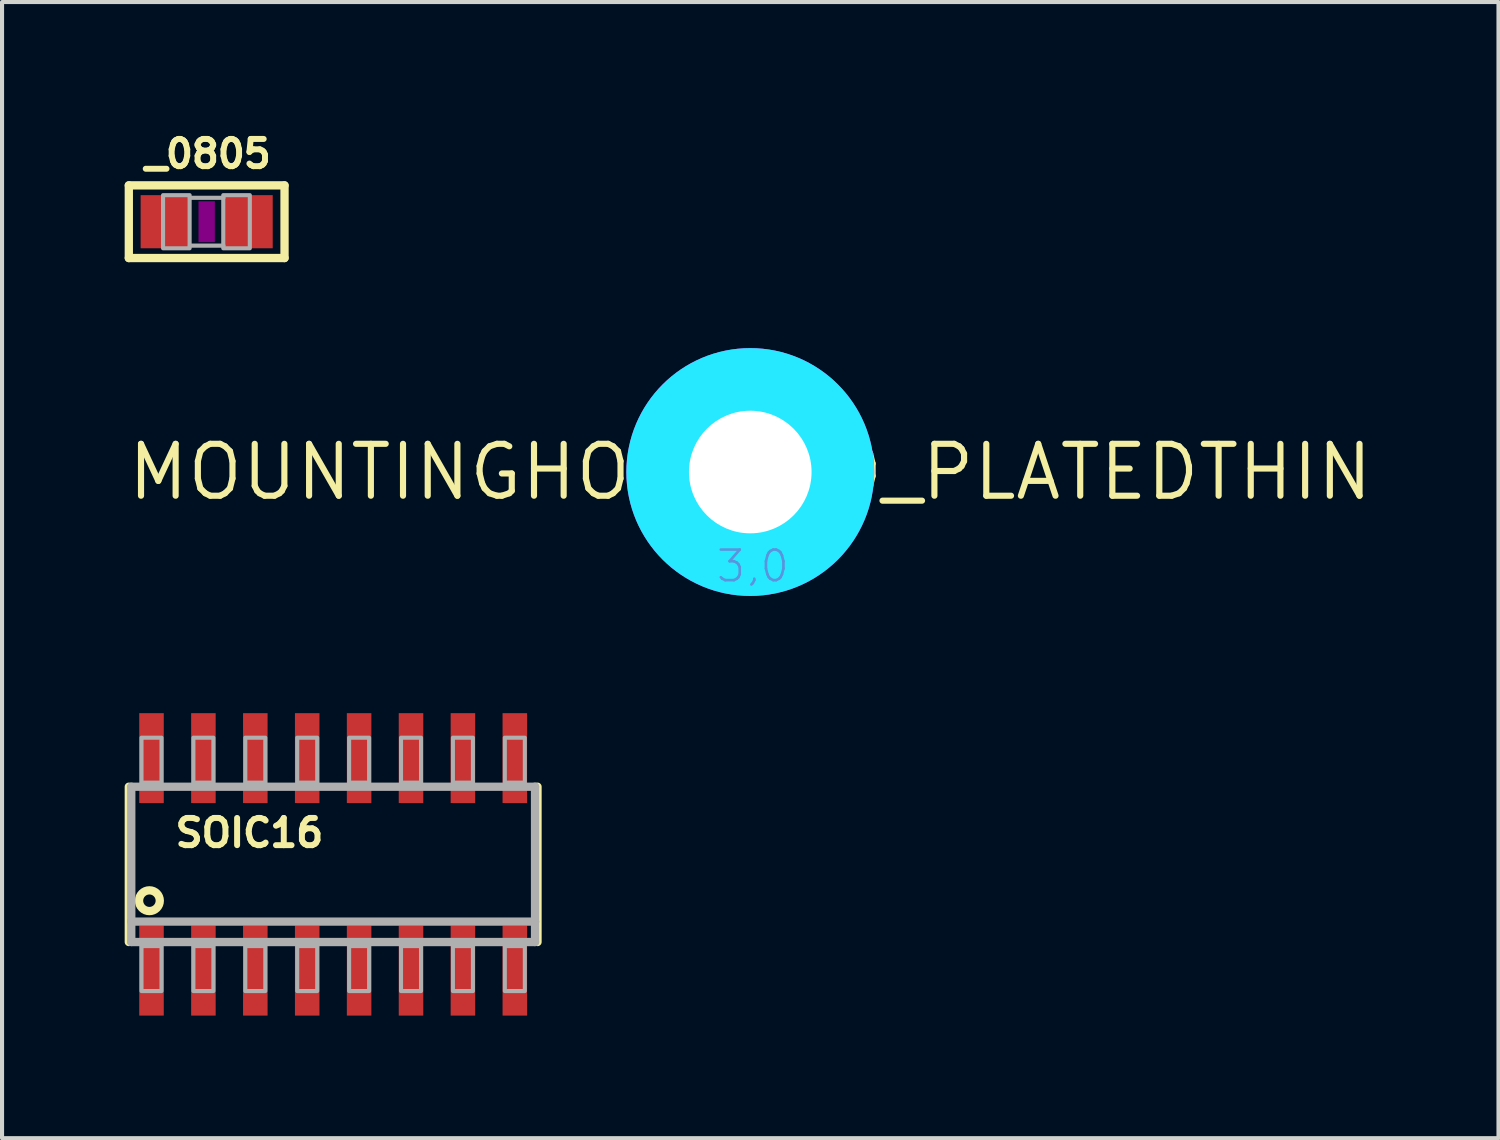
<source format=kicad_pcb>
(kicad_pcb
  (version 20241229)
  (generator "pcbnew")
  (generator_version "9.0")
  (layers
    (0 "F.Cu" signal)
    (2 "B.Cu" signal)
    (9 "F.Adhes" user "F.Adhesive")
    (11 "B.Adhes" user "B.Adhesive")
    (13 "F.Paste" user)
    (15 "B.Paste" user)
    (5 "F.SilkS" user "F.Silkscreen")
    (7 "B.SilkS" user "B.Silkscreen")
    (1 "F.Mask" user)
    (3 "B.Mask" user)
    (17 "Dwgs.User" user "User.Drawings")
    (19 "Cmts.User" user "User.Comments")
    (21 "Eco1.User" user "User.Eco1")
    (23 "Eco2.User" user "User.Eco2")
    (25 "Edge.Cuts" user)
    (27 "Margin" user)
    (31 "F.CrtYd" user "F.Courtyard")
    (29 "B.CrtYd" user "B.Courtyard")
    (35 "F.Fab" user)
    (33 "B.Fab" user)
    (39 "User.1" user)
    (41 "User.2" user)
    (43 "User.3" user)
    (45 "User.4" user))
  (footprint "MOUNTINGHOLE_3.0_PLATEDTHIN"
    (layer "F.Cu")
    (at 15.308 8.5)
    (property "Reference" "MOUNTINGHOLE_3.0_PLATEDTHIN" (at 0 0 0) (layer "F.SilkS") (effects (font (size 1.27 1.27) (thickness 0.15))))
    (fp_circle (center 0 0) (end 2.032 0) (stroke (width 0.203) (type solid)) (fill no) (layer "F.SilkS"))
    (fp_circle (center 0 0) (end 1 0) (stroke (width 2.032) (type solid)) (fill no) (layer "B.CrtYd"))
    (fp_circle (center 0 0) (end 1 0) (stroke (width 2.032) (type solid)) (fill no) (layer "F.CrtYd"))
    (fp_text user "3,0" (at -0.87 2.74 0) (layer "Cmts.User") (effects (font (size 0.748 0.748) (thickness 0.065)) (justify left bottom)))
    (pad "P$1" thru_hole circle (at 0 0) (size 3.6 3.6) (drill 3) (layers "*.Cu" "*.Mask"))
    (zone (net_name "") (layer "F.Cu") (hatch edge 0.5) (connect_pads) (min_thickness 0.25) (filled_areas_thickness no) (keepout (tracks not_allowed) (vias not_allowed) (pads not_allowed) (copperpour not_allowed) (footprints allowed)) (placement (enabled no)) (fill) (polygon (pts (xy 17.324 8.5) (xy 17.304 8.219) (xy 17.246 7.944) (xy 17.149 7.68) (xy 17.017 7.431) (xy 16.852 7.204) (xy 16.657 7.001) (xy 16.435 6.828) (xy 16.192 6.688) (xy 15.931 6.582) (xy 15.658 6.514) (xy 15.378 6.485) (xy 15.097 6.495) (xy 14.82 6.543) (xy 14.553 6.63) (xy 14.3 6.754) (xy 14.067 6.911) (xy 13.858 7.099) (xy 13.677 7.315) (xy 13.528 7.553) (xy 13.413 7.81) (xy 13.336 8.08) (xy 13.297 8.359) (xy 13.297 8.64) (xy 13.336 8.919) (xy 13.413 9.189) (xy 13.528 9.446) (xy 13.677 9.685) (xy 13.858 9.9) (xy 14.067 10.088) (xy 14.3 10.246) (xy 14.553 10.369) (xy 14.82 10.456) (xy 15.097 10.505) (xy 15.378 10.514) (xy 15.658 10.485) (xy 15.931 10.417) (xy 16.192 10.312) (xy 16.435 10.171) (xy 16.657 9.998) (xy 16.852 9.795) (xy 17.017 9.568) (xy 17.149 9.32) (xy 17.246 9.055) (xy 17.304 8.78))) (polygon (pts (xy 15.292 8.5) (xy 15.296 8.511) (xy 15.308 8.516) (xy 15.319 8.511) (xy 15.324 8.5) (xy 15.319 8.488) (xy 15.308 8.484) (xy 15.296 8.488))))
    (zone (net_name "") (layers "F.Cu" "B.Cu") (hatch edge 0.5) (connect_pads) (min_thickness 0.25) (filled_areas_thickness no) (keepout (tracks allowed) (vias not_allowed) (pads allowed) (copperpour allowed) (footprints allowed)) (placement (enabled no)) (fill) (polygon (pts (xy 17.324 8.5) (xy 17.304 8.219) (xy 17.246 7.944) (xy 17.149 7.68) (xy 17.017 7.431) (xy 16.852 7.204) (xy 16.657 7.001) (xy 16.435 6.828) (xy 16.192 6.688) (xy 15.931 6.582) (xy 15.658 6.514) (xy 15.378 6.485) (xy 15.097 6.495) (xy 14.82 6.543) (xy 14.553 6.63) (xy 14.3 6.754) (xy 14.067 6.911) (xy 13.858 7.099) (xy 13.677 7.315) (xy 13.528 7.553) (xy 13.413 7.81) (xy 13.336 8.08) (xy 13.297 8.359) (xy 13.297 8.64) (xy 13.336 8.919) (xy 13.413 9.189) (xy 13.528 9.446) (xy 13.677 9.685) (xy 13.858 9.9) (xy 14.067 10.088) (xy 14.3 10.246) (xy 14.553 10.369) (xy 14.82 10.456) (xy 15.097 10.505) (xy 15.378 10.514) (xy 15.658 10.485) (xy 15.931 10.417) (xy 16.192 10.312) (xy 16.435 10.171) (xy 16.657 9.998) (xy 16.852 9.795) (xy 17.017 9.568) (xy 17.149 9.32) (xy 17.246 9.055) (xy 17.304 8.78))) (polygon (pts (xy 15.292 8.5) (xy 15.296 8.511) (xy 15.308 8.516) (xy 15.319 8.511) (xy 15.324 8.5) (xy 15.319 8.488) (xy 15.308 8.484) (xy 15.296 8.488))))
    (zone (net_name "") (layer "B.Cu") (hatch edge 0.5) (connect_pads) (min_thickness 0.25) (filled_areas_thickness no) (keepout (tracks not_allowed) (vias not_allowed) (pads not_allowed) (copperpour not_allowed) (footprints allowed)) (placement (enabled no)) (fill) (polygon (pts (xy 17.324 8.5) (xy 17.304 8.219) (xy 17.246 7.944) (xy 17.149 7.68) (xy 17.017 7.431) (xy 16.852 7.204) (xy 16.657 7.001) (xy 16.435 6.828) (xy 16.192 6.688) (xy 15.931 6.582) (xy 15.658 6.514) (xy 15.378 6.485) (xy 15.097 6.495) (xy 14.82 6.543) (xy 14.553 6.63) (xy 14.3 6.754) (xy 14.067 6.911) (xy 13.858 7.099) (xy 13.677 7.315) (xy 13.528 7.553) (xy 13.413 7.81) (xy 13.336 8.08) (xy 13.297 8.359) (xy 13.297 8.64) (xy 13.336 8.919) (xy 13.413 9.189) (xy 13.528 9.446) (xy 13.677 9.685) (xy 13.858 9.9) (xy 14.067 10.088) (xy 14.3 10.246) (xy 14.553 10.369) (xy 14.82 10.456) (xy 15.097 10.505) (xy 15.378 10.514) (xy 15.658 10.485) (xy 15.931 10.417) (xy 16.192 10.312) (xy 16.435 10.171) (xy 16.657 9.998) (xy 16.852 9.795) (xy 17.017 9.568) (xy 17.149 9.32) (xy 17.246 9.055) (xy 17.304 8.78))) (polygon (pts (xy 15.292 8.5) (xy 15.296 8.511) (xy 15.308 8.516) (xy 15.319 8.511) (xy 15.324 8.5) (xy 15.319 8.488) (xy 15.308 8.484) (xy 15.296 8.488)))))
  (footprint "_0805"
    (layer "F.Cu")
    (at 2.007 2.375)
    (property "Reference" "_0805" (at -1.587 -1.27 0) (layer "F.SilkS") (effects (font (size 0.666 0.666) (thickness 0.146)) (justify left bottom)))
    (fp_line (start -1.905 -0.889) (end 1.905 -0.889) (stroke (width 0.203) (type solid)) (layer "F.SilkS"))
    (fp_line (start -1.905 0.889) (end -1.905 -0.889) (stroke (width 0.203) (type solid)) (layer "F.SilkS"))
    (fp_line (start 1.905 -0.889) (end 1.905 0.889) (stroke (width 0.203) (type solid)) (layer "F.SilkS"))
    (fp_line (start 1.905 0.889) (end -1.905 0.889) (stroke (width 0.203) (type solid)) (layer "F.SilkS"))
    (fp_poly (pts (xy -0.2 0.5) (xy 0.2 0.5) (xy 0.2 -0.5) (xy -0.2 -0.5)) (stroke (width 0) (type default)) (fill yes) (layer "F.Adhes"))
    (fp_line (start -0.41 -0.585) (end 0.41 -0.585) (stroke (width 0.102) (type solid)) (layer "F.Fab"))
    (fp_line (start -0.41 0.585) (end 0.41 0.585) (stroke (width 0.102) (type solid)) (layer "F.Fab"))
    (fp_poly (pts (xy -1.067 0.65) (xy -0.417 0.65) (xy -0.417 -0.65) (xy -1.067 -0.65)) (stroke (width 0.1) (type default)) (fill no) (layer "F.Fab"))
    (fp_poly (pts (xy 0.406 0.65) (xy 1.056 0.65) (xy 1.056 -0.65) (xy 0.406 -0.65)) (stroke (width 0.1) (type default)) (fill no) (layer "F.Fab"))
    (pad "1" smd rect (at -1.016 0) (size 1.2 1.3) (layers "F.Cu" "F.Mask" "F.Paste"))
    (pad "2" smd rect (at 1.016 0) (size 1.2 1.3) (layers "F.Cu" "F.Mask" "F.Paste")))
  (footprint "SOIC16"
    (layer "F.Cu")
    (at 5.102 18.1)
    (property "Reference" "SOIC16" (at -3.937 -0.381 0) (layer "F.SilkS") (effects (font (size 0.666 0.666) (thickness 0.146)) (justify left bottom)))
    (fp_line (start -5 -1.9) (end -5 1.9) (stroke (width 0.203) (type solid)) (layer "F.SilkS"))
    (fp_line (start 5 -1.9) (end 5 1.9) (stroke (width 0.203) (type solid)) (layer "F.SilkS"))
    (fp_circle (center -4.496 0.889) (end -4.242 0.889) (stroke (width 0.203) (type solid)) (fill no) (layer "F.SilkS"))
    (fp_line (start -4.94 -1.9) (end 4.94 -1.9) (stroke (width 0.203) (type solid)) (layer "F.Fab"))
    (fp_line (start -4.94 1.4) (end -4.94 -1.9) (stroke (width 0.203) (type solid)) (layer "F.Fab"))
    (fp_line (start -4.94 1.9) (end -4.94 1.4) (stroke (width 0.203) (type solid)) (layer "F.Fab"))
    (fp_line (start 4.94 -1.9) (end 4.94 1.4) (stroke (width 0.203) (type solid)) (layer "F.Fab"))
    (fp_line (start 4.94 1.4) (end -4.94 1.4) (stroke (width 0.203) (type solid)) (layer "F.Fab"))
    (fp_line (start 4.94 1.4) (end 4.94 1.9) (stroke (width 0.203) (type solid)) (layer "F.Fab"))
    (fp_line (start 4.94 1.9) (end -4.94 1.9) (stroke (width 0.203) (type solid)) (layer "F.Fab"))
    (fp_poly (pts (xy -4.69 -2) (xy -4.2 -2) (xy -4.2 -3.1) (xy -4.69 -3.1)) (stroke (width 0.1) (type default)) (fill no) (layer "F.Fab"))
    (fp_poly (pts (xy -4.69 3.1) (xy -4.2 3.1) (xy -4.2 2) (xy -4.69 2)) (stroke (width 0.1) (type default)) (fill no) (layer "F.Fab"))
    (fp_poly (pts (xy -3.42 -2) (xy -2.93 -2) (xy -2.93 -3.1) (xy -3.42 -3.1)) (stroke (width 0.1) (type default)) (fill no) (layer "F.Fab"))
    (fp_poly (pts (xy -3.42 3.1) (xy -2.93 3.1) (xy -2.93 2) (xy -3.42 2)) (stroke (width 0.1) (type default)) (fill no) (layer "F.Fab"))
    (fp_poly (pts (xy -2.15 -2) (xy -1.66 -2) (xy -1.66 -3.1) (xy -2.15 -3.1)) (stroke (width 0.1) (type default)) (fill no) (layer "F.Fab"))
    (fp_poly (pts (xy -2.15 3.1) (xy -1.66 3.1) (xy -1.66 2) (xy -2.15 2)) (stroke (width 0.1) (type default)) (fill no) (layer "F.Fab"))
    (fp_poly (pts (xy -0.88 -2) (xy -0.39 -2) (xy -0.39 -3.1) (xy -0.88 -3.1)) (stroke (width 0.1) (type default)) (fill no) (layer "F.Fab"))
    (fp_poly (pts (xy -0.88 3.1) (xy -0.39 3.1) (xy -0.39 2) (xy -0.88 2)) (stroke (width 0.1) (type default)) (fill no) (layer "F.Fab"))
    (fp_poly (pts (xy 0.39 -2) (xy 0.88 -2) (xy 0.88 -3.1) (xy 0.39 -3.1)) (stroke (width 0.1) (type default)) (fill no) (layer "F.Fab"))
    (fp_poly (pts (xy 0.39 3.1) (xy 0.88 3.1) (xy 0.88 2) (xy 0.39 2)) (stroke (width 0.1) (type default)) (fill no) (layer "F.Fab"))
    (fp_poly (pts (xy 1.66 -2) (xy 2.15 -2) (xy 2.15 -3.1) (xy 1.66 -3.1)) (stroke (width 0.1) (type default)) (fill no) (layer "F.Fab"))
    (fp_poly (pts (xy 1.66 3.1) (xy 2.15 3.1) (xy 2.15 2) (xy 1.66 2)) (stroke (width 0.1) (type default)) (fill no) (layer "F.Fab"))
    (fp_poly (pts (xy 2.93 -2) (xy 3.42 -2) (xy 3.42 -3.1) (xy 2.93 -3.1)) (stroke (width 0.1) (type default)) (fill no) (layer "F.Fab"))
    (fp_poly (pts (xy 2.93 3.1) (xy 3.42 3.1) (xy 3.42 2) (xy 2.93 2)) (stroke (width 0.1) (type default)) (fill no) (layer "F.Fab"))
    (fp_poly (pts (xy 4.2 -2) (xy 4.69 -2) (xy 4.69 -3.1) (xy 4.2 -3.1)) (stroke (width 0.1) (type default)) (fill no) (layer "F.Fab"))
    (fp_poly (pts (xy 4.2 3.1) (xy 4.69 3.1) (xy 4.69 2) (xy 4.2 2)) (stroke (width 0.1) (type default)) (fill no) (layer "F.Fab"))
    (pad "1" smd rect (at -4.445 2.6) (size 0.6 2.2) (layers "F.Cu" "F.Mask" "F.Paste"))
    (pad "2" smd rect (at -3.175 2.6) (size 0.6 2.2) (layers "F.Cu" "F.Mask" "F.Paste"))
    (pad "3" smd rect (at -1.905 2.6) (size 0.6 2.2) (layers "F.Cu" "F.Mask" "F.Paste"))
    (pad "4" smd rect (at -0.635 2.6) (size 0.6 2.2) (layers "F.Cu" "F.Mask" "F.Paste"))
    (pad "5" smd rect (at 0.635 2.6) (size 0.6 2.2) (layers "F.Cu" "F.Mask" "F.Paste"))
    (pad "6" smd rect (at 1.905 2.6) (size 0.6 2.2) (layers "F.Cu" "F.Mask" "F.Paste"))
    (pad "7" smd rect (at 3.175 2.6) (size 0.6 2.2) (layers "F.Cu" "F.Mask" "F.Paste"))
    (pad "8" smd rect (at 4.445 2.6) (size 0.6 2.2) (layers "F.Cu" "F.Mask" "F.Paste"))
    (pad "9" smd rect (at 4.445 -2.6) (size 0.6 2.2) (layers "F.Cu" "F.Mask" "F.Paste"))
    (pad "10" smd rect (at 3.175 -2.6) (size 0.6 2.2) (layers "F.Cu" "F.Mask" "F.Paste"))
    (pad "11" smd rect (at 1.905 -2.6) (size 0.6 2.2) (layers "F.Cu" "F.Mask" "F.Paste"))
    (pad "12" smd rect (at 0.635 -2.6) (size 0.6 2.2) (layers "F.Cu" "F.Mask" "F.Paste"))
    (pad "13" smd rect (at -0.635 -2.6) (size 0.6 2.2) (layers "F.Cu" "F.Mask" "F.Paste"))
    (pad "14" smd rect (at -1.905 -2.6) (size 0.6 2.2) (layers "F.Cu" "F.Mask" "F.Paste"))
    (pad "15" smd rect (at -3.175 -2.6) (size 0.6 2.2) (layers "F.Cu" "F.Mask" "F.Paste"))
    (pad "16" smd rect (at -4.445 -2.6) (size 0.6 2.2) (layers "F.Cu" "F.Mask" "F.Paste")))
  (gr_rect
    (start -3 -3)
    (end 33.616 24.8)
    (stroke (width 0.1) (type default))
    (fill no)
    (layer "Edge.Cuts")))
</source>
